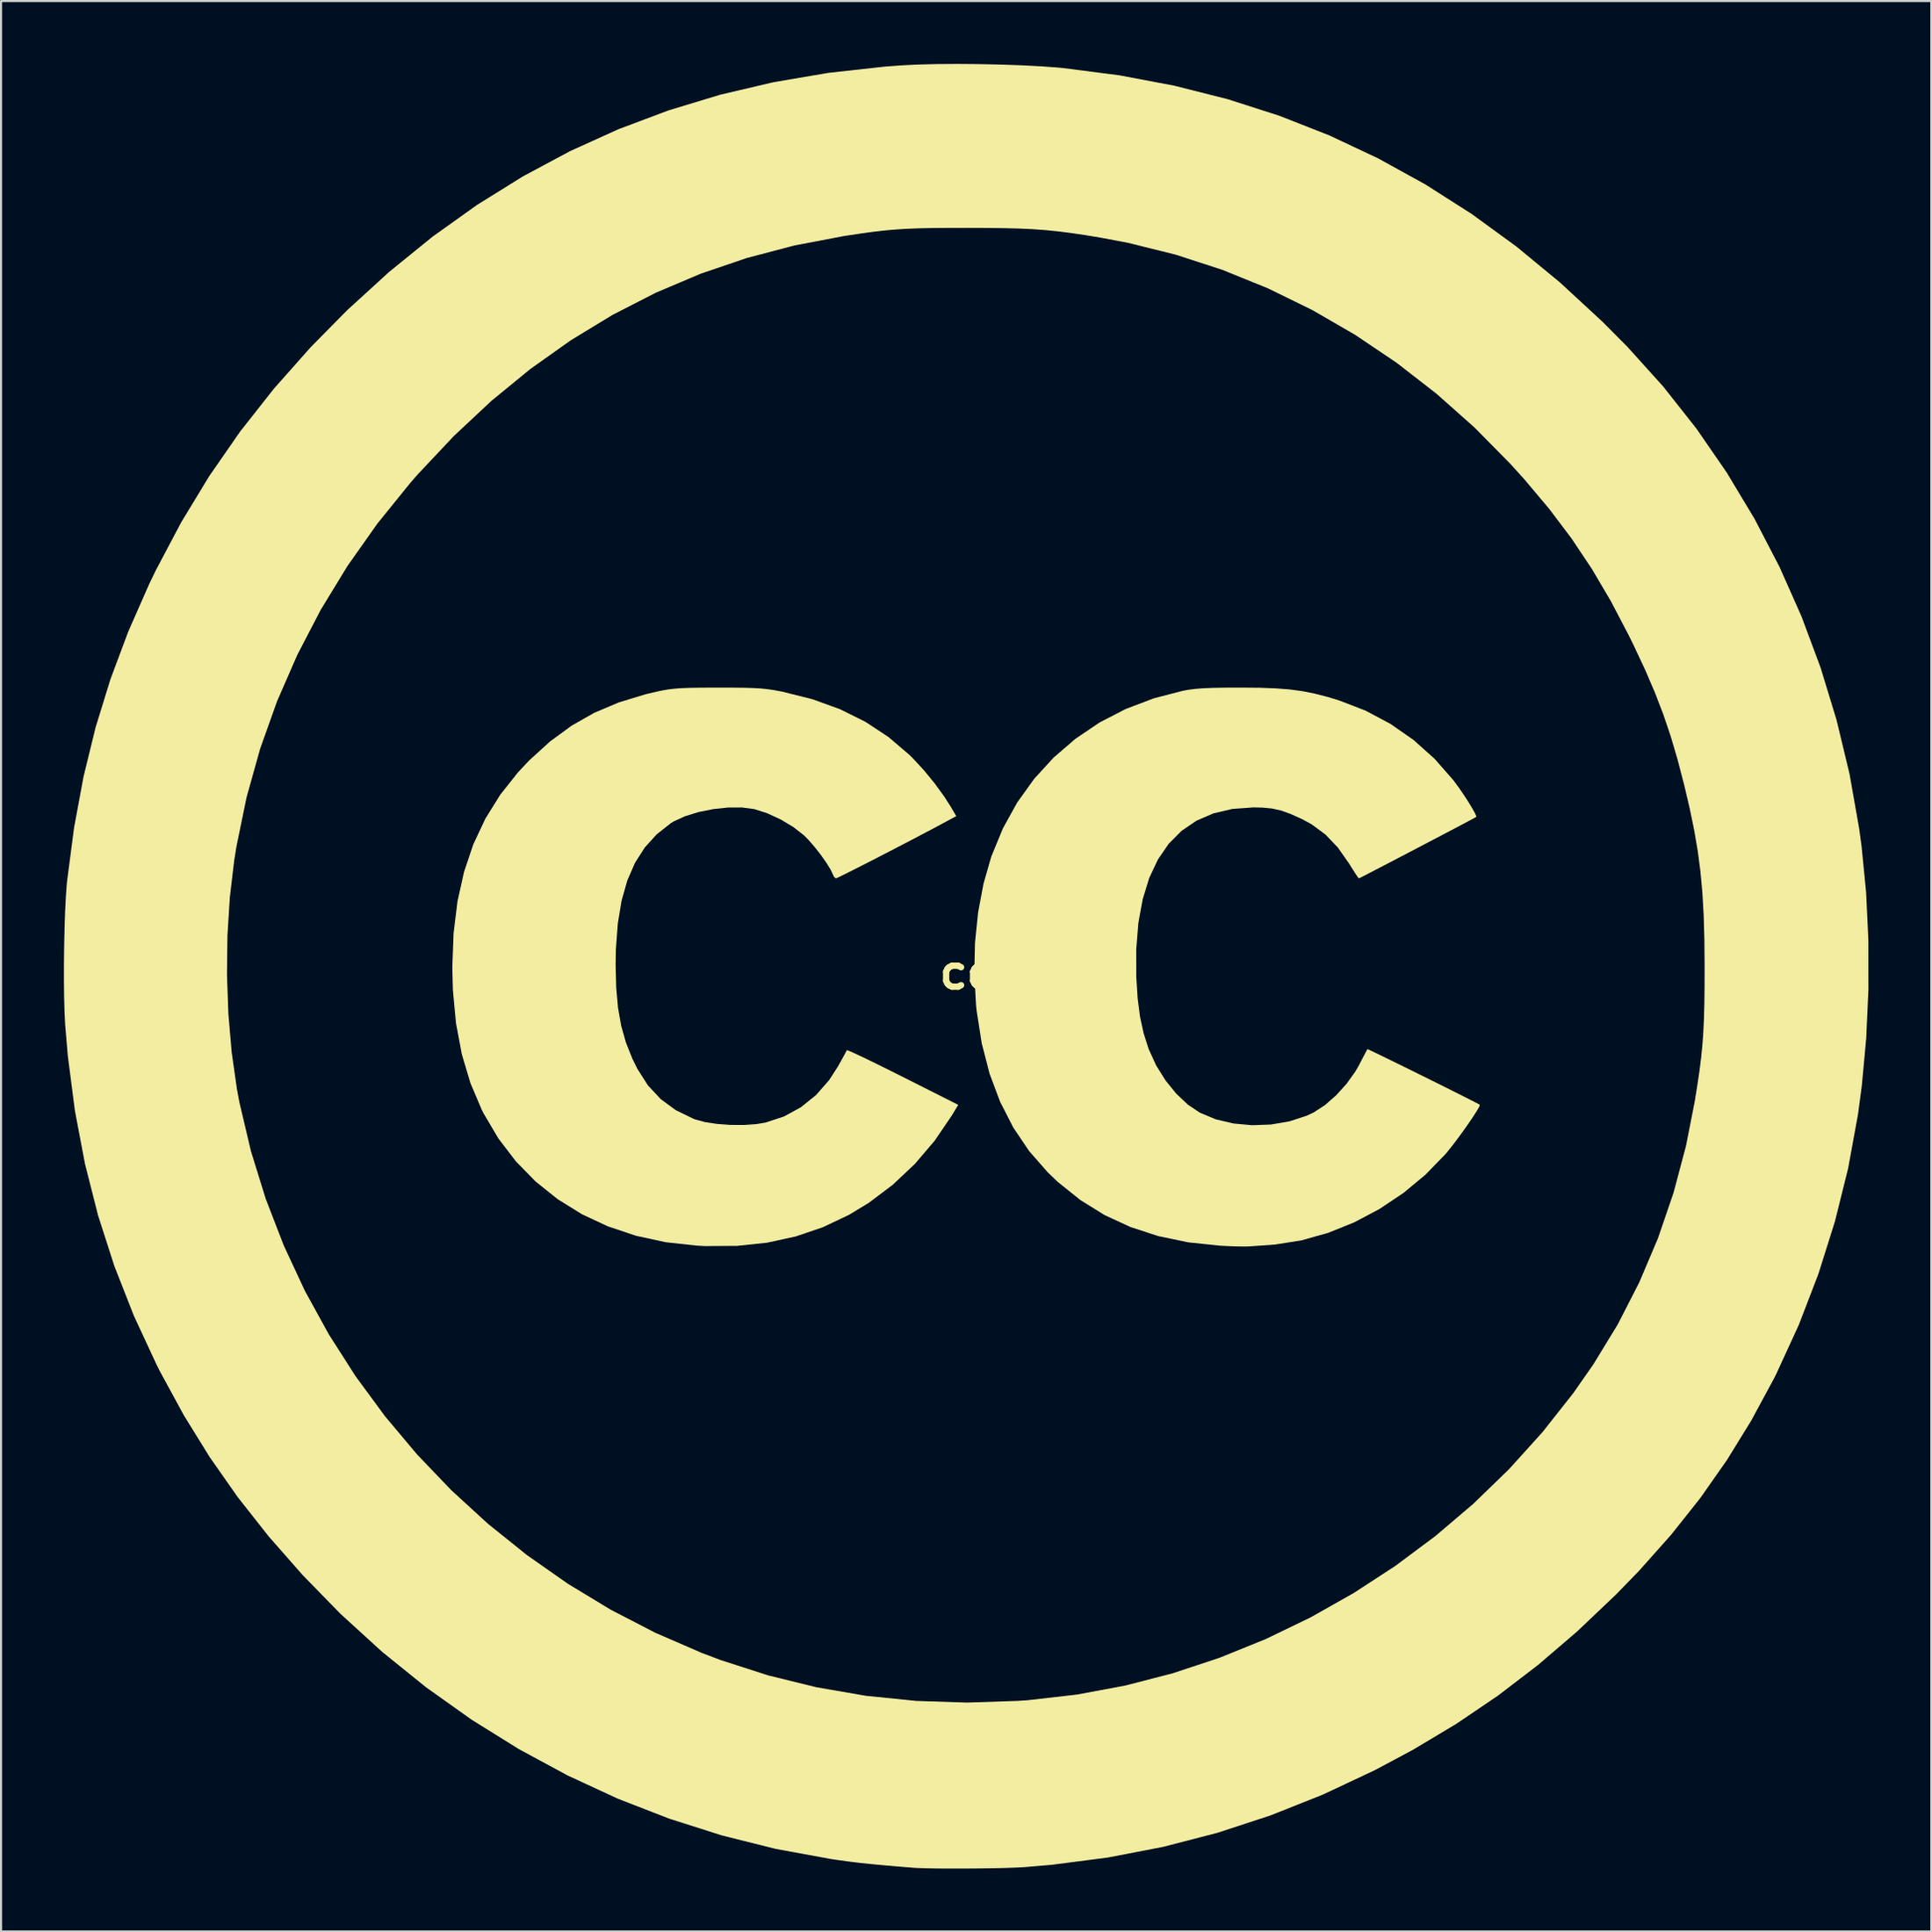
<source format=kicad_pcb>
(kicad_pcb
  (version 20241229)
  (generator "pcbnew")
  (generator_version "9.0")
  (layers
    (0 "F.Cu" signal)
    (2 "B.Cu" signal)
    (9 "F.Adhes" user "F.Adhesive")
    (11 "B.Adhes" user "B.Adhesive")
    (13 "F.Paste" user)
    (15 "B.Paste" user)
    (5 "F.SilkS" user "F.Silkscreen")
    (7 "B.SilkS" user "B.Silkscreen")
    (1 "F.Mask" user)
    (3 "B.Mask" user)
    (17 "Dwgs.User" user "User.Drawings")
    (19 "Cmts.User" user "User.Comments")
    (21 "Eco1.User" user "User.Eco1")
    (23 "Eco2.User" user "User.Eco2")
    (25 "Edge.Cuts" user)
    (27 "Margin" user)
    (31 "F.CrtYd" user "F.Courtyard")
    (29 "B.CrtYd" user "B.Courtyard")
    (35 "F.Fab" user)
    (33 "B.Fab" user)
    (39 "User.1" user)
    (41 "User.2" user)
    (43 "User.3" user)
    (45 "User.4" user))
  (footprint "cc"
    (layer "F.Cu")
    (at 43.077 43.334)
    (property "Reference" "cc" (at 0 0 0) (layer "F.SilkS") (effects (font (size 1.5 1.5) (thickness 0.3))))
    (attr board_only exclude_from_pos_files exclude_from_bom)
    (fp_poly (pts (xy -11.173 -13.586) (xy -10.631 -13.58) (xy -10.195 -13.567) (xy -9.834 -13.545) (xy -9.518 -13.513) (xy -9.214 -13.468) (xy -8.891 -13.408) (xy -8.809 -13.392) (xy -7.373 -13.032) (xy -6.055 -12.554) (xy -4.85 -11.955) (xy -3.752 -11.232) (xy -2.756 -10.383) (xy -2.575 -10.205) (xy -2.054 -9.639) (xy -1.541 -9.012) (xy -1.081 -8.38) (xy -0.774 -7.898) (xy -0.515 -7.456) (xy -1.21 -7.083) (xy -1.673 -6.836) (xy -2.194 -6.561) (xy -2.754 -6.267) (xy -3.333 -5.966) (xy -3.911 -5.667) (xy -4.468 -5.38) (xy -4.983 -5.117) (xy -5.438 -4.886) (xy -5.812 -4.699) (xy -6.084 -4.565) (xy -6.236 -4.495) (xy -6.26 -4.487) (xy -6.346 -4.557) (xy -6.391 -4.653) (xy -6.507 -4.902) (xy -6.712 -5.234) (xy -6.976 -5.608) (xy -7.27 -5.985) (xy -7.565 -6.324) (xy -7.779 -6.54) (xy -8.284 -6.935) (xy -8.891 -7.298) (xy -9.534 -7.595) (xy -10.145 -7.791) (xy -10.151 -7.792) (xy -10.737 -7.87) (xy -11.408 -7.867) (xy -12.116 -7.791) (xy -12.814 -7.65) (xy -13.456 -7.451) (xy -13.995 -7.203) (xy -14.135 -7.117) (xy -14.806 -6.588) (xy -15.373 -5.961) (xy -15.839 -5.23) (xy -16.206 -4.387) (xy -16.479 -3.425) (xy -16.659 -2.335) (xy -16.751 -1.11) (xy -16.764 -0.375) (xy -16.736 0.717) (xy -16.65 1.68) (xy -16.497 2.545) (xy -16.271 3.344) (xy -15.966 4.11) (xy -15.721 4.606) (xy -15.221 5.388) (xy -14.614 6.04) (xy -13.896 6.567) (xy -13.058 6.975) (xy -12.964 7.011) (xy -12.502 7.136) (xy -11.927 7.224) (xy -11.292 7.271) (xy -10.649 7.275) (xy -10.05 7.233) (xy -9.61 7.159) (xy -8.73 6.868) (xy -7.925 6.428) (xy -7.204 5.847) (xy -6.578 5.132) (xy -6.16 4.484) (xy -5.985 4.171) (xy -5.844 3.913) (xy -5.756 3.747) (xy -5.736 3.707) (xy -5.659 3.729) (xy -5.447 3.82) (xy -5.12 3.972) (xy -4.693 4.176) (xy -4.184 4.425) (xy -3.611 4.709) (xy -3.069 4.981) (xy -0.422 6.315) (xy -0.724 6.817) (xy -1.545 8.024) (xy -2.491 9.133) (xy -3.546 10.127) (xy -4.695 10.992) (xy -5.63 11.559) (xy -6.873 12.149) (xy -8.17 12.591) (xy -9.531 12.888) (xy -10.967 13.041) (xy -12.486 13.051) (xy -12.869 13.032) (xy -14.366 12.868) (xy -15.786 12.561) (xy -17.124 12.113) (xy -18.373 11.53) (xy -19.526 10.815) (xy -20.579 9.972) (xy -21.524 9.006) (xy -22.354 7.92) (xy -23.064 6.717) (xy -23.151 6.545) (xy -23.69 5.273) (xy -24.099 3.899) (xy -24.377 2.42) (xy -24.526 0.835) (xy -24.553 -0.254) (xy -24.492 -1.877) (xy -24.306 -3.39) (xy -23.993 -4.799) (xy -23.551 -6.113) (xy -22.976 -7.337) (xy -22.265 -8.48) (xy -21.417 -9.549) (xy -20.876 -10.123) (xy -19.89 -11.019) (xy -18.867 -11.769) (xy -17.78 -12.386) (xy -16.607 -12.883) (xy -15.323 -13.273) (xy -14.817 -13.392) (xy -14.515 -13.455) (xy -14.235 -13.502) (xy -13.947 -13.537) (xy -13.622 -13.561) (xy -13.228 -13.576) (xy -12.736 -13.584) (xy -12.116 -13.587) (xy -11.853 -13.587)) (stroke (width 0) (type solid)) (fill yes) (layer "F.SilkS"))
    (fp_poly (pts (xy 13.97 -13.58) (xy 14.727 -13.551) (xy 15.39 -13.499) (xy 15.995 -13.417) (xy 16.579 -13.301) (xy 17.18 -13.146) (xy 17.725 -12.982) (xy 18.996 -12.493) (xy 20.192 -11.858) (xy 21.298 -11.087) (xy 22.303 -10.188) (xy 23.193 -9.172) (xy 23.471 -8.794) (xy 23.705 -8.452) (xy 23.922 -8.116) (xy 24.103 -7.816) (xy 24.232 -7.582) (xy 24.29 -7.443) (xy 24.288 -7.42) (xy 24.203 -7.372) (xy 23.988 -7.257) (xy 23.666 -7.086) (xy 23.255 -6.869) (xy 22.776 -6.617) (xy 22.25 -6.341) (xy 21.695 -6.05) (xy 21.134 -5.756) (xy 20.585 -5.469) (xy 20.069 -5.2) (xy 19.606 -4.959) (xy 19.216 -4.757) (xy 18.92 -4.604) (xy 18.738 -4.511) (xy 18.687 -4.487) (xy 18.631 -4.555) (xy 18.509 -4.736) (xy 18.341 -5.001) (xy 18.22 -5.196) (xy 17.685 -5.959) (xy 17.097 -6.576) (xy 16.434 -7.066) (xy 15.96 -7.323) (xy 15.425 -7.563) (xy 14.973 -7.724) (xy 14.546 -7.82) (xy 14.084 -7.864) (xy 13.657 -7.873) (xy 12.657 -7.8) (xy 11.751 -7.588) (xy 10.941 -7.239) (xy 10.228 -6.754) (xy 9.614 -6.136) (xy 9.1 -5.385) (xy 8.687 -4.505) (xy 8.377 -3.496) (xy 8.17 -2.362) (xy 8.068 -1.102) (xy 8.07 0.212) (xy 8.134 1.221) (xy 8.248 2.104) (xy 8.419 2.895) (xy 8.654 3.631) (xy 8.673 3.682) (xy 9.02 4.437) (xy 9.463 5.147) (xy 9.975 5.78) (xy 10.532 6.305) (xy 11.104 6.689) (xy 11.861 7.004) (xy 12.704 7.203) (xy 13.596 7.286) (xy 14.499 7.252) (xy 15.377 7.101) (xy 16.194 6.834) (xy 16.537 6.673) (xy 17.068 6.328) (xy 17.602 5.861) (xy 18.099 5.312) (xy 18.521 4.723) (xy 18.704 4.403) (xy 18.865 4.09) (xy 18.996 3.841) (xy 19.077 3.688) (xy 19.095 3.657) (xy 19.171 3.688) (xy 19.378 3.785) (xy 19.694 3.938) (xy 20.099 4.135) (xy 20.572 4.366) (xy 21.092 4.622) (xy 21.638 4.892) (xy 22.189 5.165) (xy 22.724 5.431) (xy 23.223 5.681) (xy 23.665 5.903) (xy 24.028 6.087) (xy 24.293 6.222) (xy 24.437 6.3) (xy 24.457 6.312) (xy 24.432 6.397) (xy 24.322 6.59) (xy 24.146 6.865) (xy 23.921 7.197) (xy 23.667 7.558) (xy 23.4 7.924) (xy 23.139 8.267) (xy 22.903 8.563) (xy 22.807 8.676) (xy 21.86 9.649) (xy 20.808 10.521) (xy 19.673 11.28) (xy 18.473 11.915) (xy 17.231 12.417) (xy 15.966 12.774) (xy 14.698 12.976) (xy 14.436 12.998) (xy 14.061 13.024) (xy 13.705 13.048) (xy 13.439 13.067) (xy 13.42 13.069) (xy 13.199 13.073) (xy 12.859 13.067) (xy 12.447 13.052) (xy 12.065 13.032) (xy 10.542 12.871) (xy 9.118 12.575) (xy 7.791 12.141) (xy 6.554 11.569) (xy 5.404 10.855) (xy 4.336 9.999) (xy 3.848 9.533) (xy 2.962 8.521) (xy 2.204 7.398) (xy 1.574 6.166) (xy 1.072 4.825) (xy 0.699 3.377) (xy 0.455 1.824) (xy 0.429 1.573) (xy 0.344 0.079) (xy 0.377 -1.409) (xy 0.525 -2.86) (xy 0.785 -4.241) (xy 1.153 -5.521) (xy 1.16 -5.541) (xy 1.709 -6.875) (xy 2.392 -8.108) (xy 3.202 -9.237) (xy 4.132 -10.253) (xy 5.176 -11.151) (xy 6.325 -11.926) (xy 7.573 -12.57) (xy 8.912 -13.078) (xy 10.29 -13.435) (xy 10.585 -13.488) (xy 10.898 -13.527) (xy 11.26 -13.556) (xy 11.698 -13.574) (xy 12.241 -13.585) (xy 12.919 -13.588) (xy 13.081 -13.588)) (stroke (width 0) (type solid)) (fill yes) (layer "F.SilkS"))
    (fp_poly (pts (xy 0.573 -43.326) (xy 1.593 -43.304) (xy 2.58 -43.27) (xy 3.493 -43.223) (xy 4.293 -43.165) (xy 4.567 -43.14) (xy 7.267 -42.791) (xy 9.885 -42.296) (xy 12.424 -41.655) (xy 14.889 -40.864) (xy 17.281 -39.924) (xy 19.605 -38.831) (xy 21.864 -37.585) (xy 24.061 -36.184) (xy 26.199 -34.626) (xy 28.283 -32.909) (xy 30.314 -31.032) (xy 31.499 -29.839) (xy 33.201 -27.951) (xy 34.781 -25.95) (xy 36.234 -23.844) (xy 37.558 -21.642) (xy 38.747 -19.352) (xy 39.799 -16.983) (xy 40.709 -14.542) (xy 41.473 -12.037) (xy 42.088 -9.478) (xy 42.549 -6.872) (xy 42.666 -6.011) (xy 42.882 -3.812) (xy 42.99 -1.526) (xy 42.992 0.801) (xy 42.887 3.126) (xy 42.677 5.404) (xy 42.494 6.773) (xy 42.024 9.342) (xy 41.393 11.88) (xy 40.608 14.372) (xy 39.674 16.802) (xy 38.595 19.152) (xy 38.48 19.381) (xy 37.402 21.377) (xy 36.237 23.266) (xy 34.969 25.073) (xy 33.579 26.823) (xy 32.05 28.541) (xy 30.947 29.676) (xy 29.105 31.427) (xy 27.239 33.026) (xy 25.326 34.49) (xy 23.344 35.834) (xy 21.268 37.077) (xy 19.431 38.057) (xy 16.961 39.217) (xy 14.461 40.211) (xy 11.924 41.041) (xy 9.345 41.708) (xy 6.716 42.215) (xy 4.033 42.563) (xy 2.752 42.672) (xy 2.344 42.694) (xy 1.818 42.712) (xy 1.205 42.726) (xy 0.54 42.735) (xy -0.143 42.741) (xy -0.812 42.741) (xy -1.432 42.737) (xy -1.971 42.727) (xy -2.395 42.713) (xy -2.582 42.701) (xy -3.39 42.635) (xy -4.063 42.576) (xy -4.634 42.522) (xy -5.137 42.468) (xy -5.607 42.411) (xy -6.075 42.347) (xy -6.519 42.282) (xy -9.127 41.803) (xy -11.69 41.162) (xy -14.202 40.363) (xy -16.658 39.409) (xy -19.052 38.301) (xy -21.378 37.045) (xy -23.632 35.641) (xy -25.806 34.095) (xy -27.896 32.408) (xy -29.896 30.584) (xy -31.69 28.744) (xy -33.313 26.896) (xy -34.785 25.028) (xy -36.127 23.114) (xy -37.356 21.126) (xy -38.493 19.037) (xy -38.657 18.711) (xy -39.742 16.373) (xy -40.672 14.004) (xy -41.448 11.592) (xy -42.074 9.126) (xy -42.554 6.593) (xy -42.892 3.981) (xy -43.018 2.498) (xy -43.048 1.913) (xy -43.068 1.206) (xy -43.077 0.411) (xy -43.077 0.111) (xy -35.301 0.111) (xy -35.234 1.979) (xy -35.077 3.802) (xy -34.83 5.538) (xy -34.711 6.181) (xy -34.159 8.518) (xy -33.451 10.801) (xy -32.592 13.023) (xy -31.588 15.178) (xy -30.445 17.258) (xy -29.169 19.256) (xy -27.765 21.166) (xy -26.24 22.982) (xy -24.6 24.695) (xy -22.849 26.3) (xy -20.995 27.789) (xy -19.043 29.156) (xy -16.999 30.394) (xy -14.868 31.496) (xy -12.657 32.455) (xy -11.756 32.796) (xy -9.494 33.526) (xy -7.183 34.094) (xy -4.828 34.501) (xy -2.432 34.745) (xy -0.001 34.825) (xy 2.463 34.742) (xy 2.921 34.709) (xy 5.244 34.442) (xy 7.548 34.012) (xy 9.822 33.423) (xy 12.057 32.682) (xy 14.245 31.795) (xy 16.376 30.765) (xy 18.44 29.6) (xy 20.429 28.305) (xy 22.333 26.885) (xy 24.143 25.345) (xy 25.849 23.692) (xy 27.442 21.93) (xy 28.914 20.066) (xy 29.869 18.697) (xy 31.036 16.784) (xy 32.064 14.776) (xy 32.952 12.682) (xy 33.696 10.508) (xy 34.293 8.262) (xy 34.71 6.139) (xy 34.834 5.365) (xy 34.935 4.68) (xy 35.014 4.052) (xy 35.074 3.449) (xy 35.118 2.837) (xy 35.148 2.185) (xy 35.167 1.459) (xy 35.176 0.628) (xy 35.178 -0.296) (xy 35.167 -1.591) (xy 35.133 -2.752) (xy 35.072 -3.816) (xy 34.979 -4.816) (xy 34.852 -5.788) (xy 34.685 -6.767) (xy 34.475 -7.789) (xy 34.218 -8.887) (xy 34.196 -8.975) (xy 33.885 -10.168) (xy 33.561 -11.265) (xy 33.208 -12.31) (xy 32.81 -13.345) (xy 32.351 -14.414) (xy 31.814 -15.561) (xy 31.578 -16.044) (xy 30.709 -17.706) (xy 29.803 -19.245) (xy 28.832 -20.7) (xy 27.768 -22.11) (xy 26.585 -23.516) (xy 25.925 -24.246) (xy 24.198 -25.997) (xy 22.382 -27.611) (xy 20.483 -29.085) (xy 18.506 -30.415) (xy 16.459 -31.599) (xy 14.346 -32.633) (xy 12.173 -33.514) (xy 9.947 -34.238) (xy 7.674 -34.802) (xy 6.392 -35.045) (xy 5.638 -35.169) (xy 4.967 -35.269) (xy 4.345 -35.348) (xy 3.741 -35.409) (xy 3.124 -35.453) (xy 2.46 -35.484) (xy 1.717 -35.502) (xy 0.865 -35.512) (xy 0.042 -35.515) (xy -0.865 -35.514) (xy -1.633 -35.508) (xy -2.294 -35.494) (xy -2.879 -35.471) (xy -3.418 -35.437) (xy -3.942 -35.39) (xy -4.483 -35.327) (xy -5.071 -35.246) (xy -5.737 -35.146) (xy -5.884 -35.123) (xy -8.233 -34.676) (xy -10.509 -34.077) (xy -12.714 -33.326) (xy -14.847 -32.422) (xy -16.91 -31.364) (xy -18.904 -30.152) (xy -20.829 -28.786) (xy -22.687 -27.265) (xy -24.477 -25.589) (xy -26.202 -23.757) (xy -26.559 -23.348) (xy -28.131 -21.405) (xy -29.554 -19.388) (xy -30.826 -17.301) (xy -31.946 -15.149) (xy -32.911 -12.938) (xy -33.718 -10.672) (xy -34.366 -8.357) (xy -34.851 -5.996) (xy -34.957 -5.334) (xy -35.164 -3.587) (xy -35.279 -1.758) (xy -35.301 0.111) (xy -43.077 0.111) (xy -43.076 -0.435) (xy -43.066 -1.299) (xy -43.047 -2.145) (xy -43.02 -2.937) (xy -42.984 -3.64) (xy -42.941 -4.22) (xy -42.927 -4.36) (xy -42.595 -6.9) (xy -42.143 -9.336) (xy -41.566 -11.692) (xy -40.857 -13.991) (xy -40.009 -16.258) (xy -39.016 -18.515) (xy -38.697 -19.177) (xy -37.482 -21.476) (xy -36.144 -23.679) (xy -34.674 -25.798) (xy -33.064 -27.843) (xy -31.306 -29.826) (xy -29.567 -31.589) (xy -27.559 -33.421) (xy -25.496 -35.094) (xy -23.374 -36.61) (xy -21.19 -37.969) (xy -18.941 -39.173) (xy -16.625 -40.222) (xy -14.238 -41.119) (xy -11.778 -41.865) (xy -9.241 -42.461) (xy -6.625 -42.907) (xy -3.927 -43.207) (xy -3.048 -43.271) (xy -2.292 -43.307) (xy -1.409 -43.328) (xy -0.441 -43.334)) (stroke (width 0) (type solid)) (fill yes) (layer "F.SilkS")))
  (gr_rect
    (start -3 -3)
    (end 89.069 89.075)
    (stroke (width 0.1) (type default))
    (fill no)
    (layer "Edge.Cuts")))
</source>
